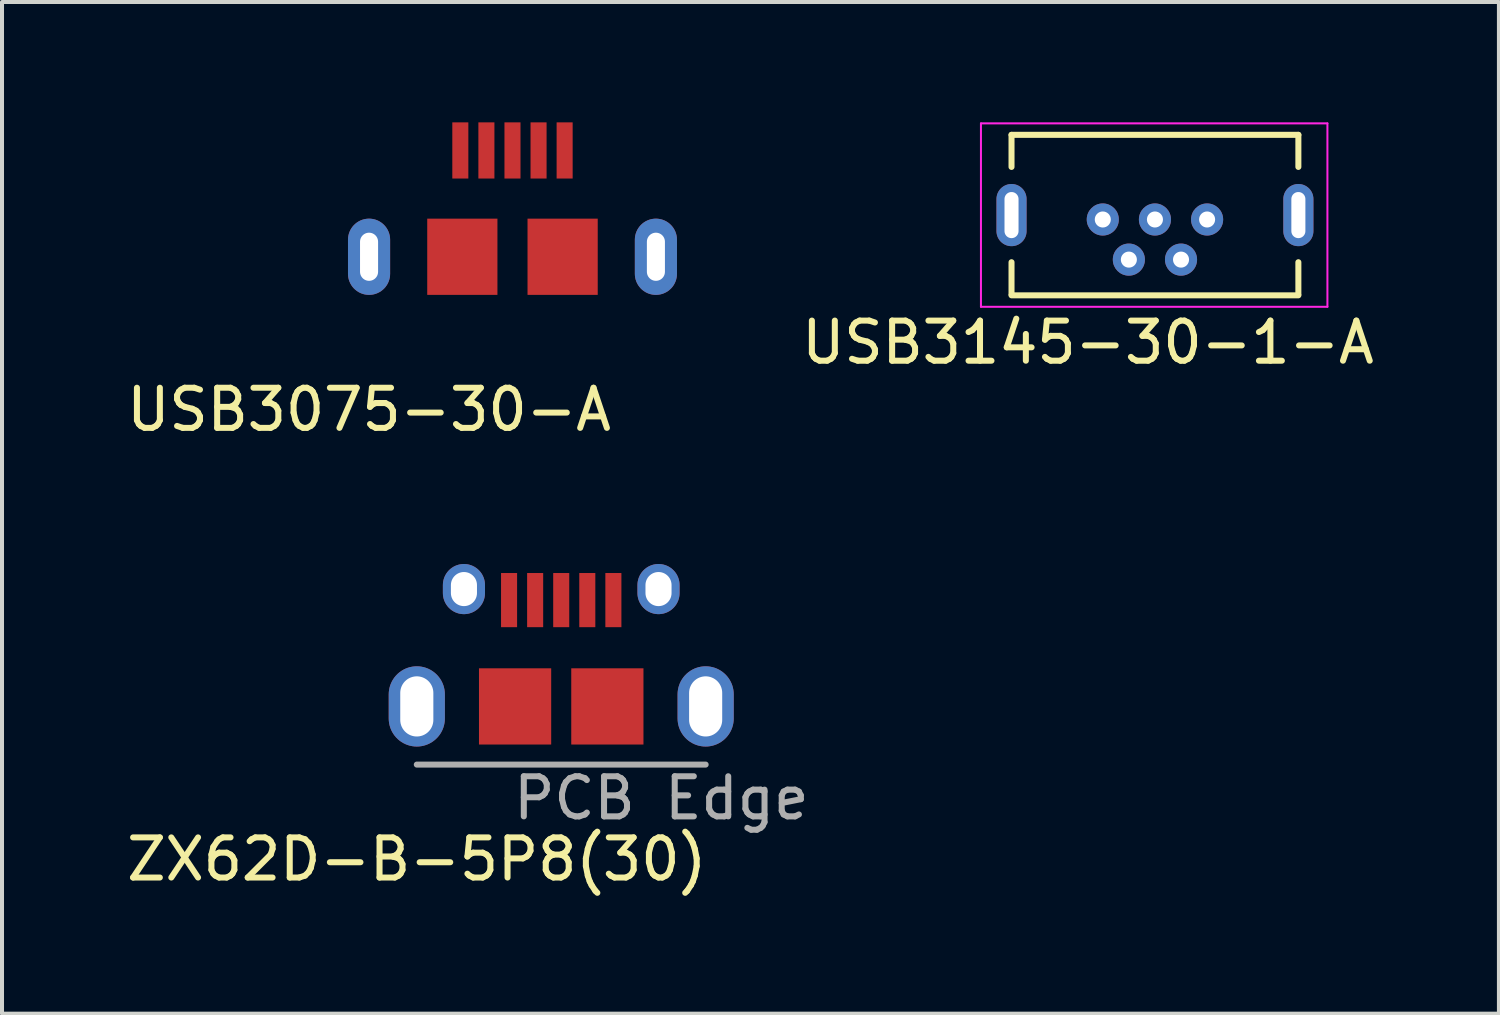
<source format=kicad_pcb>
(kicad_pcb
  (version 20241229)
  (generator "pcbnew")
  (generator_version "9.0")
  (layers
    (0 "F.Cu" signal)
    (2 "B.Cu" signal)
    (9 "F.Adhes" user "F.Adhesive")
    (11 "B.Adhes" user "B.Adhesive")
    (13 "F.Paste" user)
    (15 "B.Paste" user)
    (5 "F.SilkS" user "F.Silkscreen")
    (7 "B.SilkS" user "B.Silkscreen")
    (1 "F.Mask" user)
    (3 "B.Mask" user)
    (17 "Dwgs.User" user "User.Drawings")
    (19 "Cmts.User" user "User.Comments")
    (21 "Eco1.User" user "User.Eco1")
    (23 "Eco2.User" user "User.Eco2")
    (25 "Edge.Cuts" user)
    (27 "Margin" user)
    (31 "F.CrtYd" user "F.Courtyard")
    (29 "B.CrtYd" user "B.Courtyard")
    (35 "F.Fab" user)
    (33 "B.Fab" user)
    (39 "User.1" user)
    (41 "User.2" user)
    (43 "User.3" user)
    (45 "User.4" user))
  (footprint "USB3075-30-A"
    (layer "F.Cu")
    (at 6.149 3.35)
    (property "Reference" "USB3075-30-A" (at 0 3.81 0) (layer "F.SilkS") (effects (font (size 1 1) (thickness 0.15))))
    (attr through_hole)
    (pad "" thru_hole oval (at 0 0) (size 1.05 1.9) (drill oval 0.45 1.2) (layers "*.Cu" "*.Mask"))
    (pad "" smd rect (at 2.325 0) (size 1.75 1.9) (layers "F.Cu" "F.Mask" "F.Paste"))
    (pad "" smd rect (at 4.825 0) (size 1.75 1.9) (layers "F.Cu" "F.Mask" "F.Paste"))
    (pad "" thru_hole oval (at 7.15 0) (size 1.05 1.9) (drill oval 0.45 1.2) (layers "*.Cu" "*.Mask"))
    (pad "1" smd rect (at 2.275 -2.65) (size 0.4 1.4) (layers "F.Cu" "F.Mask" "F.Paste"))
    (pad "2" smd rect (at 2.925 -2.65) (size 0.4 1.4) (layers "F.Cu" "F.Mask" "F.Paste"))
    (pad "2" smd rect (at 4.875 -2.65) (size 0.4 1.4) (layers "F.Cu" "F.Mask" "F.Paste"))
    (pad "3" smd rect (at 3.575 -2.65) (size 0.4 1.4) (layers "F.Cu" "F.Mask" "F.Paste"))
    (pad "4" smd rect (at 4.225 -2.65) (size 0.4 1.4) (layers "F.Cu" "F.Mask" "F.Paste")))
  (footprint "ZX62D-B-5P8(30)"
    (layer "F.Cu")
    (at 7.339 14.558)
    (property "Reference" "ZX62D-B-5P8(30)" (at 0 3.81 0) (layer "F.SilkS") (effects (font (size 1 1) (thickness 0.15))))
    (attr through_hole)
    (fp_line (start 0 1.45) (end 7.2 1.45) (stroke (width 0.15) (type solid)) (layer "F.Fab"))
    (fp_text user "PCB Edge" (at 6.096 2.286 0) (layer "F.Fab") (effects (font (size 1 1) (thickness 0.15))))
    (pad "" thru_hole oval (at 0 0) (size 1.4 2) (drill oval 0.825 1.5) (layers "*.Cu" "*.Mask"))
    (pad "" thru_hole oval (at 1.175 -2.925) (size 1.05 1.25) (drill oval 0.65 0.85) (layers "*.Cu" "*.Mask"))
    (pad "" smd rect (at 2.45 0) (size 1.8 1.9) (layers "F.Cu" "F.Mask" "F.Paste"))
    (pad "" smd rect (at 4.75 0) (size 1.8 1.9) (layers "F.Cu" "F.Mask" "F.Paste"))
    (pad "" thru_hole oval (at 6.025 -2.925) (size 1.05 1.25) (drill oval 0.65 0.85) (layers "*.Cu" "*.Mask"))
    (pad "" thru_hole oval (at 7.2 0) (size 1.4 2) (drill oval 0.825 1.5) (layers "*.Cu" "*.Mask"))
    (pad "1" smd rect (at 2.3 -2.65) (size 0.4 1.35) (layers "F.Cu" "F.Mask" "F.Paste"))
    (pad "2" smd rect (at 2.95 -2.65) (size 0.4 1.35) (layers "F.Cu" "F.Mask" "F.Paste"))
    (pad "3" smd rect (at 3.6 -2.65) (size 0.4 1.35) (layers "F.Cu" "F.Mask" "F.Paste"))
    (pad "4" smd rect (at 4.25 -2.65) (size 0.4 1.35) (layers "F.Cu" "F.Mask" "F.Paste"))
    (pad "5" smd rect (at 4.9 -2.65) (size 0.4 1.35) (layers "F.Cu" "F.Mask" "F.Paste")))
  (footprint "USB3145-30-1-A"
    (layer "F.Cu")
    (at 22.163 2.311)
    (property "Reference" "USB3145-30-1-A" (at 1.905 3.175 0) (layer "F.SilkS") (effects (font (size 1 1) (thickness 0.15))))
    (attr through_hole)
    (fp_line (start 0 -2) (end 0 -1.2) (stroke (width 0.15) (type solid)) (layer "F.SilkS"))
    (fp_line (start 0 -2) (end 7.15 -2) (stroke (width 0.15) (type solid)) (layer "F.SilkS"))
    (fp_line (start 0 1.175) (end 0 1.975) (stroke (width 0.15) (type solid)) (layer "F.SilkS"))
    (fp_line (start 0 2) (end 7.15 2) (stroke (width 0.15) (type solid)) (layer "F.SilkS"))
    (fp_line (start 7.15 -2) (end 7.15 -1.2) (stroke (width 0.15) (type solid)) (layer "F.SilkS"))
    (fp_line (start 7.15 1.175) (end 7.15 1.975) (stroke (width 0.15) (type solid)) (layer "F.SilkS"))
    (fp_line (start -0.762 -2.286) (end -0.762 2.286) (stroke (width 0.05) (type solid)) (layer "F.CrtYd"))
    (fp_line (start -0.762 2.286) (end 7.874 2.286) (stroke (width 0.05) (type solid)) (layer "F.CrtYd"))
    (fp_line (start 7.874 -2.286) (end -0.762 -2.286) (stroke (width 0.05) (type solid)) (layer "F.CrtYd"))
    (fp_line (start 7.874 2.286) (end 7.874 -2.286) (stroke (width 0.05) (type solid)) (layer "F.CrtYd"))
    (pad "" thru_hole oval (at 0 0) (size 0.75 1.55) (drill oval 0.35 1.15) (layers "*.Cu" "*.Mask"))
    (pad "" thru_hole oval (at 7.15 0) (size 0.75 1.55) (drill oval 0.35 1.15) (layers "*.Cu" "*.Mask"))
    (pad "1" thru_hole circle (at 2.275 0.11) (size 0.8 0.8) (drill 0.4) (layers "*.Cu" "*.Mask"))
    (pad "2" thru_hole circle (at 2.925 1.11) (size 0.8 0.8) (drill 0.4) (layers "*.Cu" "*.Mask"))
    (pad "3" thru_hole circle (at 3.575 0.11) (size 0.8 0.8) (drill 0.4) (layers "*.Cu" "*.Mask"))
    (pad "4" thru_hole circle (at 4.225 1.11) (size 0.8 0.8) (drill 0.4) (layers "*.Cu" "*.Mask"))
    (pad "5" thru_hole circle (at 4.875 0.11) (size 0.8 0.8) (drill 0.4) (layers "*.Cu" "*.Mask")))
  (gr_rect
    (start -3 -3)
    (end 34.312 22.216)
    (stroke (width 0.1) (type default))
    (fill no)
    (layer "Edge.Cuts")))
</source>
